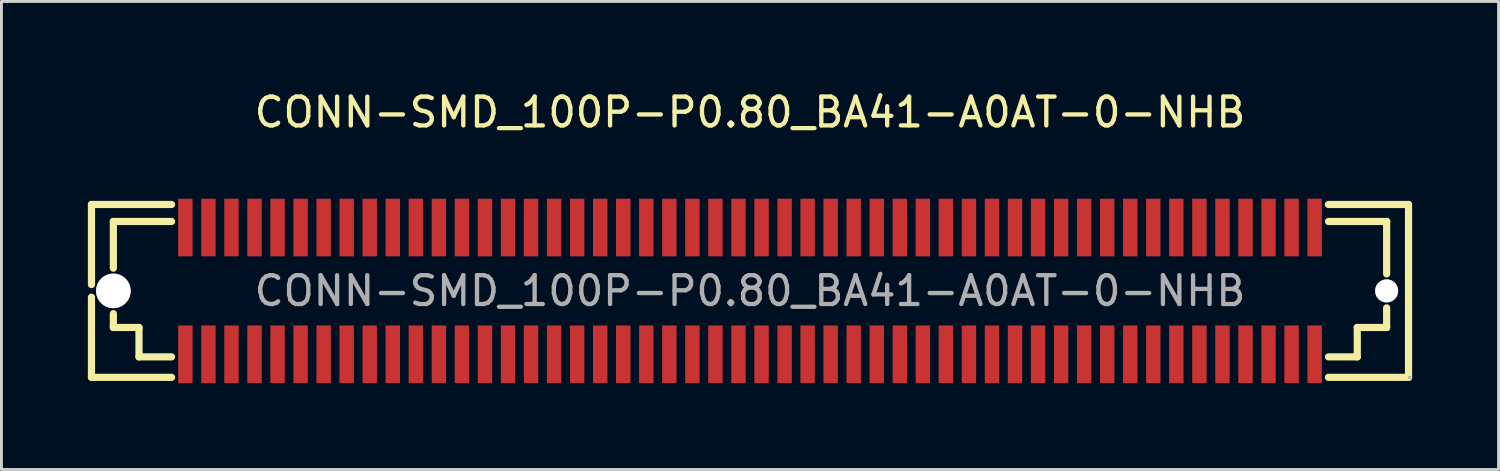
<source format=kicad_pcb>
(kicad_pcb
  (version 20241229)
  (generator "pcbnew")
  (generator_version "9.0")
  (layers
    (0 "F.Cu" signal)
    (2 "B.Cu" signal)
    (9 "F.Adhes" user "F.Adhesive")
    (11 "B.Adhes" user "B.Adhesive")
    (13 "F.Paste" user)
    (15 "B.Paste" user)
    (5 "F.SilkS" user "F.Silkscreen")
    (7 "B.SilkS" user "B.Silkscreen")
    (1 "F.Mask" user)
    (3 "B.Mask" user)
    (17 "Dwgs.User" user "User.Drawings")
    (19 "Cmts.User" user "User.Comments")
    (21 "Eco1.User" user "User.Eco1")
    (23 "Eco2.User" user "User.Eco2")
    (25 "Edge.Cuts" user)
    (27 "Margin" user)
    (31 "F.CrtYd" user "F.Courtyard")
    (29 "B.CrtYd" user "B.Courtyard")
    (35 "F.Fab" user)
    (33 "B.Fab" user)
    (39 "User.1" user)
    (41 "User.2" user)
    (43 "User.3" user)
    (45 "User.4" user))
  (footprint "CONN-SMD_100P-P0.80_BA41-A0AT-0-NHB"
    (layer "F.Cu")
    (at 22.985 7.048)
    (property "Reference" "CONN-SMD_100P-P0.80_BA41-A0AT-0-NHB" (at 0 -6.2 0) (layer "F.SilkS") (effects (font (size 1 1) (thickness 0.15))))
    (attr smd)
    (fp_line (start -22.86 -3) (end -22.86 -0.22) (stroke (width 0.25) (type solid)) (layer "F.SilkS"))
    (fp_line (start -22.86 0.22) (end -22.86 3) (stroke (width 0.25) (type solid)) (layer "F.SilkS"))
    (fp_line (start -22.1 -2.41) (end -22.1 -0.79) (stroke (width 0.25) (type solid)) (layer "F.SilkS"))
    (fp_line (start -22.1 0.79) (end -22.1 1.27) (stroke (width 0.25) (type solid)) (layer "F.SilkS"))
    (fp_line (start -22.1 1.27) (end -21.21 1.27) (stroke (width 0.25) (type solid)) (layer "F.SilkS"))
    (fp_line (start -21.21 1.27) (end -21.21 2.29) (stroke (width 0.25) (type solid)) (layer "F.SilkS"))
    (fp_line (start -21.21 2.29) (end -20.08 2.29) (stroke (width 0.25) (type solid)) (layer "F.SilkS"))
    (fp_line (start -20.08 -3) (end -22.86 -3) (stroke (width 0.25) (type solid)) (layer "F.SilkS"))
    (fp_line (start -20.08 -2.41) (end -22.1 -2.41) (stroke (width 0.25) (type solid)) (layer "F.SilkS"))
    (fp_line (start -20.08 3) (end -22.86 3) (stroke (width 0.25) (type solid)) (layer "F.SilkS"))
    (fp_line (start 20.08 -2.41) (end 22.1 -2.41) (stroke (width 0.25) (type solid)) (layer "F.SilkS"))
    (fp_line (start 21.08 1.27) (end 21.08 2.29) (stroke (width 0.25) (type solid)) (layer "F.SilkS"))
    (fp_line (start 21.08 2.29) (end 20.08 2.29) (stroke (width 0.25) (type solid)) (layer "F.SilkS"))
    (fp_line (start 22.1 -2.41) (end 22.1 -0.59) (stroke (width 0.25) (type solid)) (layer "F.SilkS"))
    (fp_line (start 22.1 0.59) (end 22.1 1.27) (stroke (width 0.25) (type solid)) (layer "F.SilkS"))
    (fp_line (start 22.1 1.27) (end 21.08 1.27) (stroke (width 0.25) (type solid)) (layer "F.SilkS"))
    (fp_line (start 22.86 -3) (end 20.08 -3) (stroke (width 0.25) (type solid)) (layer "F.SilkS"))
    (fp_line (start 22.86 -3) (end 22.86 3) (stroke (width 0.25) (type solid)) (layer "F.SilkS"))
    (fp_line (start 22.86 3) (end 20.08 3) (stroke (width 0.25) (type solid)) (layer "F.SilkS"))
    (fp_circle (center -22.1 0) (end -21.82 0) (stroke (width 0.55) (type solid)) (fill no) (layer "Cmts.User"))
    (fp_circle (center 22.1 0) (end 22.28 0) (stroke (width 0.35) (type solid)) (fill no) (layer "Cmts.User"))
    (fp_circle (center 22.9 3) (end 22.93 3) (stroke (width 0.06) (type solid)) (fill no) (layer "F.Fab"))
    (fp_text user "${REFERENCE}" (at 0 0 0) (layer "F.Fab") (effects (font (size 1 1) (thickness 0.15))))
    (pad "" thru_hole circle (at -22.1 0) (size 1.2 1.2) (drill 1.2) (layers "*.Cu" "*.Mask"))
    (pad "" thru_hole circle (at 22.1 0) (size 0.8 0.8) (drill 0.8) (layers "*.Cu" "*.Mask"))
    (pad "1" smd rect (at 19.6 2.2) (size 0.5 2) (layers "F.Cu" "F.Mask" "F.Paste"))
    (pad "2" smd rect (at 19.6 -2.2) (size 0.5 2) (layers "F.Cu" "F.Mask" "F.Paste"))
    (pad "3" smd rect (at 18.8 2.2) (size 0.5 2) (layers "F.Cu" "F.Mask" "F.Paste"))
    (pad "4" smd rect (at 18.8 -2.2) (size 0.5 2) (layers "F.Cu" "F.Mask" "F.Paste"))
    (pad "5" smd rect (at 18 2.2) (size 0.5 2) (layers "F.Cu" "F.Mask" "F.Paste"))
    (pad "6" smd rect (at 18 -2.2) (size 0.5 2) (layers "F.Cu" "F.Mask" "F.Paste"))
    (pad "7" smd rect (at 17.2 2.2) (size 0.5 2) (layers "F.Cu" "F.Mask" "F.Paste"))
    (pad "8" smd rect (at 17.2 -2.2) (size 0.5 2) (layers "F.Cu" "F.Mask" "F.Paste"))
    (pad "9" smd rect (at 16.4 2.2) (size 0.5 2) (layers "F.Cu" "F.Mask" "F.Paste"))
    (pad "10" smd rect (at 16.4 -2.2) (size 0.5 2) (layers "F.Cu" "F.Mask" "F.Paste"))
    (pad "11" smd rect (at 15.6 2.2) (size 0.5 2) (layers "F.Cu" "F.Mask" "F.Paste"))
    (pad "12" smd rect (at 15.6 -2.2) (size 0.5 2) (layers "F.Cu" "F.Mask" "F.Paste"))
    (pad "13" smd rect (at 14.8 2.2) (size 0.5 2) (layers "F.Cu" "F.Mask" "F.Paste"))
    (pad "14" smd rect (at 14.8 -2.2) (size 0.5 2) (layers "F.Cu" "F.Mask" "F.Paste"))
    (pad "15" smd rect (at 14 2.2) (size 0.5 2) (layers "F.Cu" "F.Mask" "F.Paste"))
    (pad "16" smd rect (at 14 -2.2) (size 0.5 2) (layers "F.Cu" "F.Mask" "F.Paste"))
    (pad "17" smd rect (at 13.2 2.2) (size 0.5 2) (layers "F.Cu" "F.Mask" "F.Paste"))
    (pad "18" smd rect (at 13.2 -2.2) (size 0.5 2) (layers "F.Cu" "F.Mask" "F.Paste"))
    (pad "19" smd rect (at 12.4 2.2) (size 0.5 2) (layers "F.Cu" "F.Mask" "F.Paste"))
    (pad "20" smd rect (at 12.4 -2.2) (size 0.5 2) (layers "F.Cu" "F.Mask" "F.Paste"))
    (pad "21" smd rect (at 11.6 2.2) (size 0.5 2) (layers "F.Cu" "F.Mask" "F.Paste"))
    (pad "22" smd rect (at 11.6 -2.2) (size 0.5 2) (layers "F.Cu" "F.Mask" "F.Paste"))
    (pad "23" smd rect (at 10.8 2.2) (size 0.5 2) (layers "F.Cu" "F.Mask" "F.Paste"))
    (pad "24" smd rect (at 10.8 -2.2) (size 0.5 2) (layers "F.Cu" "F.Mask" "F.Paste"))
    (pad "25" smd rect (at 10 2.2) (size 0.5 2) (layers "F.Cu" "F.Mask" "F.Paste"))
    (pad "26" smd rect (at 10 -2.2) (size 0.5 2) (layers "F.Cu" "F.Mask" "F.Paste"))
    (pad "27" smd rect (at 9.2 2.2) (size 0.5 2) (layers "F.Cu" "F.Mask" "F.Paste"))
    (pad "28" smd rect (at 9.2 -2.2) (size 0.5 2) (layers "F.Cu" "F.Mask" "F.Paste"))
    (pad "29" smd rect (at 8.4 2.2) (size 0.5 2) (layers "F.Cu" "F.Mask" "F.Paste"))
    (pad "30" smd rect (at 8.4 -2.2) (size 0.5 2) (layers "F.Cu" "F.Mask" "F.Paste"))
    (pad "31" smd rect (at 7.6 2.2) (size 0.5 2) (layers "F.Cu" "F.Mask" "F.Paste"))
    (pad "32" smd rect (at 7.6 -2.2) (size 0.5 2) (layers "F.Cu" "F.Mask" "F.Paste"))
    (pad "33" smd rect (at 6.8 2.2) (size 0.5 2) (layers "F.Cu" "F.Mask" "F.Paste"))
    (pad "34" smd rect (at 6.8 -2.2) (size 0.5 2) (layers "F.Cu" "F.Mask" "F.Paste"))
    (pad "35" smd rect (at 6 2.2) (size 0.5 2) (layers "F.Cu" "F.Mask" "F.Paste"))
    (pad "36" smd rect (at 6 -2.2) (size 0.5 2) (layers "F.Cu" "F.Mask" "F.Paste"))
    (pad "37" smd rect (at 5.2 2.2) (size 0.5 2) (layers "F.Cu" "F.Mask" "F.Paste"))
    (pad "38" smd rect (at 5.2 -2.2) (size 0.5 2) (layers "F.Cu" "F.Mask" "F.Paste"))
    (pad "39" smd rect (at 4.4 2.2) (size 0.5 2) (layers "F.Cu" "F.Mask" "F.Paste"))
    (pad "40" smd rect (at 4.4 -2.2) (size 0.5 2) (layers "F.Cu" "F.Mask" "F.Paste"))
    (pad "41" smd rect (at 3.6 2.2) (size 0.5 2) (layers "F.Cu" "F.Mask" "F.Paste"))
    (pad "42" smd rect (at 3.6 -2.2) (size 0.5 2) (layers "F.Cu" "F.Mask" "F.Paste"))
    (pad "43" smd rect (at 2.8 2.2) (size 0.5 2) (layers "F.Cu" "F.Mask" "F.Paste"))
    (pad "44" smd rect (at 2.8 -2.2) (size 0.5 2) (layers "F.Cu" "F.Mask" "F.Paste"))
    (pad "45" smd rect (at 2 2.2) (size 0.5 2) (layers "F.Cu" "F.Mask" "F.Paste"))
    (pad "46" smd rect (at 2 -2.2) (size 0.5 2) (layers "F.Cu" "F.Mask" "F.Paste"))
    (pad "47" smd rect (at 1.2 2.2) (size 0.5 2) (layers "F.Cu" "F.Mask" "F.Paste"))
    (pad "48" smd rect (at 1.2 -2.2) (size 0.5 2) (layers "F.Cu" "F.Mask" "F.Paste"))
    (pad "49" smd rect (at 0.4 2.2) (size 0.5 2) (layers "F.Cu" "F.Mask" "F.Paste"))
    (pad "50" smd rect (at 0.4 -2.2) (size 0.5 2) (layers "F.Cu" "F.Mask" "F.Paste"))
    (pad "51" smd rect (at -0.4 2.2) (size 0.5 2) (layers "F.Cu" "F.Mask" "F.Paste"))
    (pad "52" smd rect (at -0.4 -2.2) (size 0.5 2) (layers "F.Cu" "F.Mask" "F.Paste"))
    (pad "53" smd rect (at -1.2 2.2) (size 0.5 2) (layers "F.Cu" "F.Mask" "F.Paste"))
    (pad "54" smd rect (at -1.2 -2.2) (size 0.5 2) (layers "F.Cu" "F.Mask" "F.Paste"))
    (pad "55" smd rect (at -2 2.2) (size 0.5 2) (layers "F.Cu" "F.Mask" "F.Paste"))
    (pad "56" smd rect (at -2 -2.2) (size 0.5 2) (layers "F.Cu" "F.Mask" "F.Paste"))
    (pad "57" smd rect (at -2.8 2.2) (size 0.5 2) (layers "F.Cu" "F.Mask" "F.Paste"))
    (pad "58" smd rect (at -2.8 -2.2) (size 0.5 2) (layers "F.Cu" "F.Mask" "F.Paste"))
    (pad "59" smd rect (at -3.6 2.2) (size 0.5 2) (layers "F.Cu" "F.Mask" "F.Paste"))
    (pad "60" smd rect (at -3.6 -2.2) (size 0.5 2) (layers "F.Cu" "F.Mask" "F.Paste"))
    (pad "61" smd rect (at -4.4 2.2) (size 0.5 2) (layers "F.Cu" "F.Mask" "F.Paste"))
    (pad "62" smd rect (at -4.4 -2.2) (size 0.5 2) (layers "F.Cu" "F.Mask" "F.Paste"))
    (pad "63" smd rect (at -5.2 2.2) (size 0.5 2) (layers "F.Cu" "F.Mask" "F.Paste"))
    (pad "64" smd rect (at -5.2 -2.2) (size 0.5 2) (layers "F.Cu" "F.Mask" "F.Paste"))
    (pad "65" smd rect (at -6 2.2) (size 0.5 2) (layers "F.Cu" "F.Mask" "F.Paste"))
    (pad "66" smd rect (at -6 -2.2) (size 0.5 2) (layers "F.Cu" "F.Mask" "F.Paste"))
    (pad "67" smd rect (at -6.8 2.2) (size 0.5 2) (layers "F.Cu" "F.Mask" "F.Paste"))
    (pad "68" smd rect (at -6.8 -2.2) (size 0.5 2) (layers "F.Cu" "F.Mask" "F.Paste"))
    (pad "69" smd rect (at -7.6 2.2) (size 0.5 2) (layers "F.Cu" "F.Mask" "F.Paste"))
    (pad "70" smd rect (at -7.6 -2.2) (size 0.5 2) (layers "F.Cu" "F.Mask" "F.Paste"))
    (pad "71" smd rect (at -8.4 2.2) (size 0.5 2) (layers "F.Cu" "F.Mask" "F.Paste"))
    (pad "72" smd rect (at -8.4 -2.2) (size 0.5 2) (layers "F.Cu" "F.Mask" "F.Paste"))
    (pad "73" smd rect (at -9.2 2.2) (size 0.5 2) (layers "F.Cu" "F.Mask" "F.Paste"))
    (pad "74" smd rect (at -9.2 -2.2) (size 0.5 2) (layers "F.Cu" "F.Mask" "F.Paste"))
    (pad "75" smd rect (at -10 2.2) (size 0.5 2) (layers "F.Cu" "F.Mask" "F.Paste"))
    (pad "76" smd rect (at -10 -2.2) (size 0.5 2) (layers "F.Cu" "F.Mask" "F.Paste"))
    (pad "77" smd rect (at -10.8 2.2) (size 0.5 2) (layers "F.Cu" "F.Mask" "F.Paste"))
    (pad "78" smd rect (at -10.8 -2.2) (size 0.5 2) (layers "F.Cu" "F.Mask" "F.Paste"))
    (pad "79" smd rect (at -11.6 2.2) (size 0.5 2) (layers "F.Cu" "F.Mask" "F.Paste"))
    (pad "80" smd rect (at -11.6 -2.2) (size 0.5 2) (layers "F.Cu" "F.Mask" "F.Paste"))
    (pad "81" smd rect (at -12.4 2.2) (size 0.5 2) (layers "F.Cu" "F.Mask" "F.Paste"))
    (pad "82" smd rect (at -12.4 -2.2) (size 0.5 2) (layers "F.Cu" "F.Mask" "F.Paste"))
    (pad "83" smd rect (at -13.2 2.2) (size 0.5 2) (layers "F.Cu" "F.Mask" "F.Paste"))
    (pad "84" smd rect (at -13.2 -2.2) (size 0.5 2) (layers "F.Cu" "F.Mask" "F.Paste"))
    (pad "85" smd rect (at -14 2.2) (size 0.5 2) (layers "F.Cu" "F.Mask" "F.Paste"))
    (pad "86" smd rect (at -14 -2.2) (size 0.5 2) (layers "F.Cu" "F.Mask" "F.Paste"))
    (pad "87" smd rect (at -14.8 2.2) (size 0.5 2) (layers "F.Cu" "F.Mask" "F.Paste"))
    (pad "88" smd rect (at -14.8 -2.2) (size 0.5 2) (layers "F.Cu" "F.Mask" "F.Paste"))
    (pad "89" smd rect (at -15.6 2.2) (size 0.5 2) (layers "F.Cu" "F.Mask" "F.Paste"))
    (pad "90" smd rect (at -15.6 -2.2) (size 0.5 2) (layers "F.Cu" "F.Mask" "F.Paste"))
    (pad "91" smd rect (at -16.4 2.2) (size 0.5 2) (layers "F.Cu" "F.Mask" "F.Paste"))
    (pad "92" smd rect (at -16.4 -2.2) (size 0.5 2) (layers "F.Cu" "F.Mask" "F.Paste"))
    (pad "93" smd rect (at -17.2 2.2) (size 0.5 2) (layers "F.Cu" "F.Mask" "F.Paste"))
    (pad "94" smd rect (at -17.2 -2.2) (size 0.5 2) (layers "F.Cu" "F.Mask" "F.Paste"))
    (pad "95" smd rect (at -18 2.2) (size 0.5 2) (layers "F.Cu" "F.Mask" "F.Paste"))
    (pad "96" smd rect (at -18 -2.2) (size 0.5 2) (layers "F.Cu" "F.Mask" "F.Paste"))
    (pad "97" smd rect (at -18.8 2.2) (size 0.5 2) (layers "F.Cu" "F.Mask" "F.Paste"))
    (pad "98" smd rect (at -18.8 -2.2) (size 0.5 2) (layers "F.Cu" "F.Mask" "F.Paste"))
    (pad "99" smd rect (at -19.6 2.2) (size 0.5 2) (layers "F.Cu" "F.Mask" "F.Paste"))
    (pad "100" smd rect (at -19.6 -2.2) (size 0.5 2) (layers "F.Cu" "F.Mask" "F.Paste")))
  (gr_rect
    (start -3 -3)
    (end 48.97 13.248)
    (stroke (width 0.1) (type default))
    (fill no)
    (layer "Edge.Cuts")))
</source>
